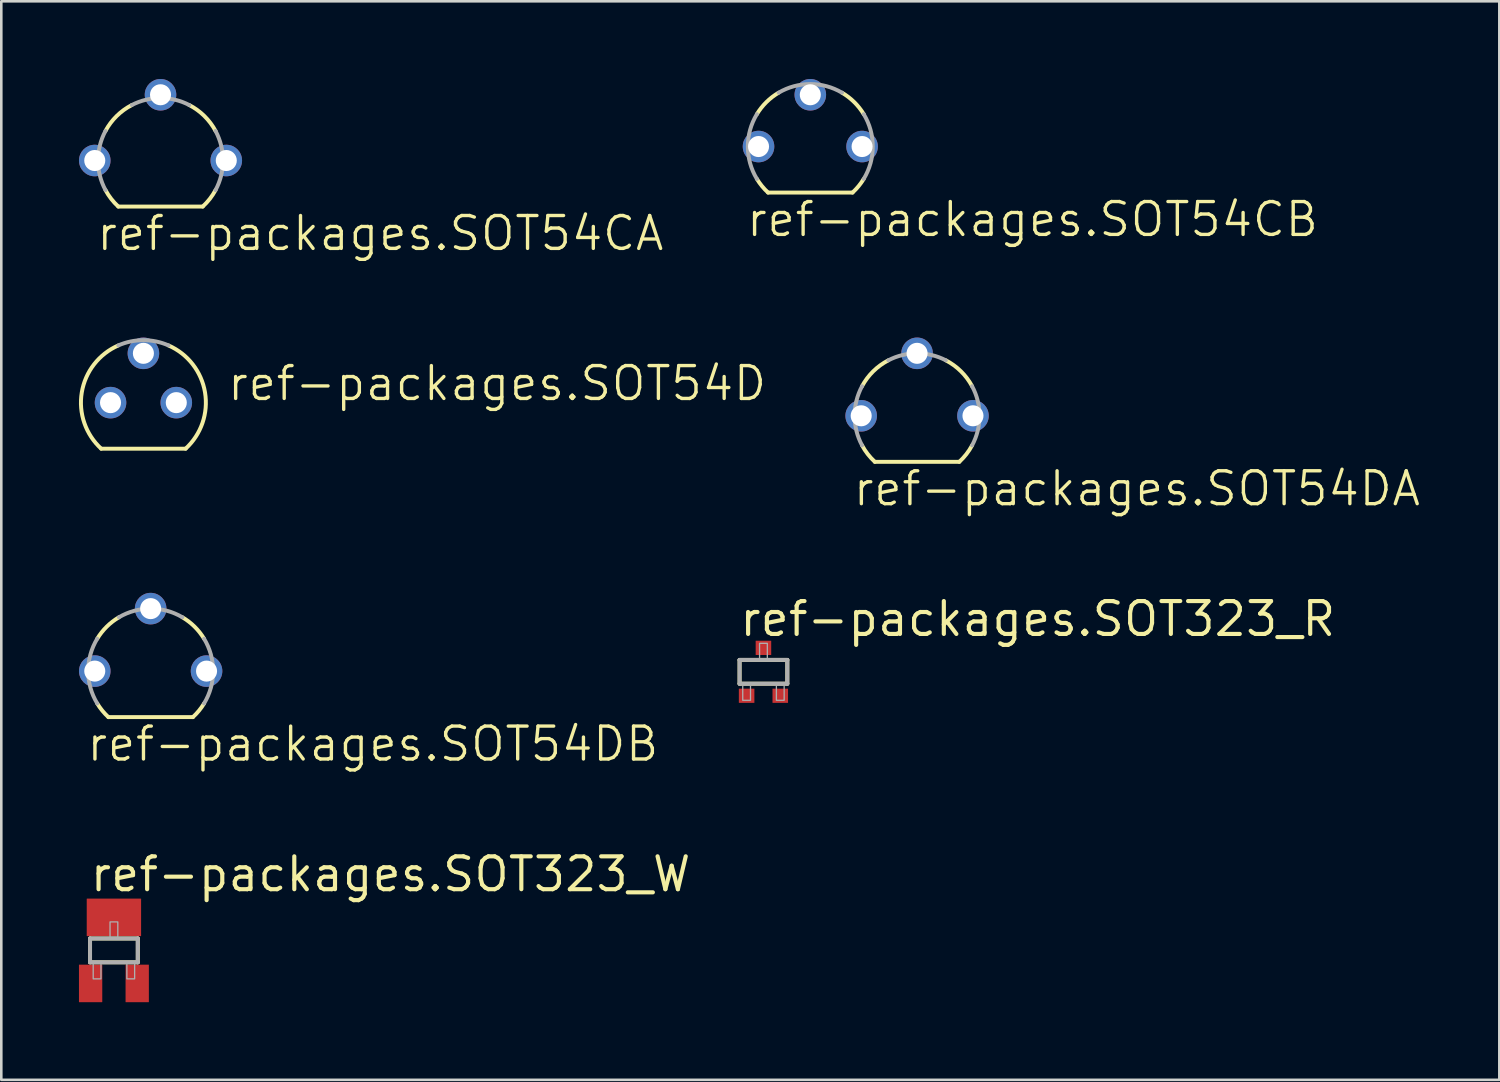
<source format=kicad_pcb>
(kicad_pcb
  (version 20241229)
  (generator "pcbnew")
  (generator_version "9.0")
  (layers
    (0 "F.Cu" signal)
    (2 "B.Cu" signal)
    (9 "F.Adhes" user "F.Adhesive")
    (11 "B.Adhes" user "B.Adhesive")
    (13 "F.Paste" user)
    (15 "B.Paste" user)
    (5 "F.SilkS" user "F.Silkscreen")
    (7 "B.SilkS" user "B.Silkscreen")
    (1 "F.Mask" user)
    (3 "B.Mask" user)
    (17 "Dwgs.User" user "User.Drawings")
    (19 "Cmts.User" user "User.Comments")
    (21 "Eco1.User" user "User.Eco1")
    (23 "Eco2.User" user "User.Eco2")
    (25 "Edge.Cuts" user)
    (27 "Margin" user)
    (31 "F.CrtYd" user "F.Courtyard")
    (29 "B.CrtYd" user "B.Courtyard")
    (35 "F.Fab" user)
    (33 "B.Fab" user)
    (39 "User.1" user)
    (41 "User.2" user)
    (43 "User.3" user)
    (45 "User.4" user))
  (footprint "ref-packages.SOT54D"
    (layer "F.Cu")
    (at 2.489 12.502)
    (property "Reference" "ref-packages.SOT54D" (at 3.175 0 0) (layer "F.SilkS") (effects (font (size 1.27 1.27) (thickness 0.13)) (justify left bottom)))
    (attr through_hole)
    (fp_line (start -1.631 1.778) (end 1.631 1.778) (stroke (width 0.152) (type default)) (layer "F.SilkS"))
    (fp_arc (start -1.631 1.778) (mid -2.380096 -0.395238) (end -0.9689 -2.2098) (stroke (width 0.1524) (type default)) (layer "F.SilkS"))
    (fp_arc (start 0.9689 -2.2098) (mid 2.380096 -0.395238) (end 1.631 1.778) (stroke (width 0.1524) (type default)) (layer "F.SilkS"))
    (fp_arc (start -0.9692 -2.2098) (mid 0 -2.412999) (end 0.9692 -2.2098) (stroke (width 0.1524) (type default)) (layer "F.Fab"))
    (pad "B" thru_hole circle (at 1.27 0) (size 1.219 1.219) (drill 0.813) (layers "*.Cu" "*.Mask"))
    (pad "C" thru_hole circle (at 0 -1.905) (size 1.219 1.219) (drill 0.813) (layers "*.Cu" "*.Mask"))
    (pad "E" thru_hole circle (at -1.27 0) (size 1.219 1.219) (drill 0.813) (layers "*.Cu" "*.Mask")))
  (footprint "ref-packages.SOT54CA"
    (layer "F.Cu")
    (at 3.15 3.15)
    (property "Reference" "ref-packages.SOT54CA" (at -2.54 3.556 0) (layer "F.SilkS") (effects (font (size 1.27 1.27) (thickness 0.13)) (justify left bottom)))
    (attr through_hole)
    (fp_line (start -1.631 1.778) (end 1.631 1.778) (stroke (width 0.152) (type default)) (layer "F.SilkS"))
    (fp_arc (start -2.1254 -1.1425) (mid -1.693417 -1.719006) (end -1.1105 -2.1423) (stroke (width 0.1524) (type default)) (layer "F.SilkS"))
    (fp_arc (start -1.631 1.778) (mid -1.904736 1.480999) (end -2.1251 1.1425) (stroke (width 0.1524) (type default)) (layer "F.SilkS"))
    (fp_arc (start 1.1105 -2.1423) (mid 1.693417 -1.719006) (end 2.1254 -1.1425) (stroke (width 0.1524) (type default)) (layer "F.SilkS"))
    (fp_arc (start 2.1251 1.1425) (mid 1.904736 1.480999) (end 1.631 1.778) (stroke (width 0.1524) (type default)) (layer "F.SilkS"))
    (fp_arc (start -2.1254 1.1425) (mid -2.413013 0) (end -2.1254 -1.1425) (stroke (width 0.1524) (type default)) (layer "F.Fab"))
    (fp_arc (start -1.1105 -2.1423) (mid 0 -2.413019) (end 1.1105 -2.1423) (stroke (width 0.1524) (type default)) (layer "F.Fab"))
    (fp_arc (start 2.1254 -1.1425) (mid 2.413013 0) (end 2.1254 1.1425) (stroke (width 0.1524) (type default)) (layer "F.Fab"))
    (pad "D" thru_hole circle (at 2.54 0) (size 1.219 1.219) (drill 0.813) (layers "*.Cu" "*.Mask"))
    (pad "G" thru_hole circle (at -2.54 0) (size 1.219 1.219) (drill 0.813) (layers "*.Cu" "*.Mask"))
    (pad "S" thru_hole circle (at 0 -2.54) (size 1.219 1.219) (drill 0.813) (layers "*.Cu" "*.Mask")))
  (footprint "ref-packages.SOT323_W"
    (layer "F.Cu")
    (at 1.35 33.659)
    (property "Reference" "ref-packages.SOT323_W" (at -1 -2.2 0) (layer "F.SilkS") (effects (font (size 1.27 1.27) (thickness 0.16)) (justify left bottom)))
    (attr smd)
    (fp_line (start -0.922 -0.46) (end 0.922 -0.46) (stroke (width 0.152) (type default)) (layer "F.SilkS"))
    (fp_line (start -0.922 0.46) (end -0.922 -0.46) (stroke (width 0.152) (type default)) (layer "F.SilkS"))
    (fp_line (start 0.922 -0.46) (end 0.922 0.46) (stroke (width 0.152) (type default)) (layer "F.SilkS"))
    (fp_line (start 0.922 0.46) (end -0.922 0.46) (stroke (width 0.152) (type default)) (layer "F.SilkS"))
    (fp_line (start -0.922 -0.46) (end 0.922 -0.46) (stroke (width 0.152) (type default)) (layer "F.Fab"))
    (fp_line (start -0.922 0.46) (end -0.922 -0.46) (stroke (width 0.152) (type default)) (layer "F.Fab"))
    (fp_line (start 0.922 -0.46) (end 0.922 0.46) (stroke (width 0.152) (type default)) (layer "F.Fab"))
    (fp_line (start 0.922 0.46) (end -0.922 0.46) (stroke (width 0.152) (type default)) (layer "F.Fab"))
    (fp_rect (start -0.8 1.1) (end -0.5 0.5) (stroke (width 0.05) (type default)) (fill no) (layer "F.Fab"))
    (fp_rect (start -0.15 -0.5) (end 0.15 -1.1) (stroke (width 0.05) (type default)) (fill no) (layer "F.Fab"))
    (fp_rect (start 0.5 1.1) (end 0.8 0.5) (stroke (width 0.05) (type default)) (fill no) (layer "F.Fab"))
    (pad "1" smd roundrect (at -0.9 1.275) (size 0.9 1.45) (layers "F.Cu" "F.Mask" "F.Paste") (roundrect_rratio 0.01))
    (pad "2" smd roundrect (at 0.9 1.275) (size 0.9 1.45) (layers "F.Cu" "F.Mask" "F.Paste") (roundrect_rratio 0.01))
    (pad "3" smd roundrect (at 0 -1.275) (size 2.1 1.45) (layers "F.Cu" "F.Mask" "F.Paste") (roundrect_rratio 0.01)))
  (footprint "ref-packages.SOT54DB"
    (layer "F.Cu")
    (at 2.769 22.871)
    (property "Reference" "ref-packages.SOT54DB" (at -2.54 3.556 0) (layer "F.SilkS") (effects (font (size 1.27 1.27) (thickness 0.13)) (justify left bottom)))
    (attr through_hole)
    (fp_line (start -1.631 1.778) (end 1.631 1.778) (stroke (width 0.152) (type default)) (layer "F.SilkS"))
    (fp_arc (start -2.0638 -1.2504) (mid -1.695865 -1.716597) (end -1.2252 -2.0788) (stroke (width 0.1524) (type default)) (layer "F.SilkS"))
    (fp_arc (start -1.6313 1.7781) (mid -1.866295 1.529613) (end -2.0638 1.2504) (stroke (width 0.1524) (type default)) (layer "F.SilkS"))
    (fp_arc (start 1.2252 -2.0788) (mid 1.695865 -1.716597) (end 2.0638 -1.2504) (stroke (width 0.1524) (type default)) (layer "F.SilkS"))
    (fp_arc (start 2.0634 1.2504) (mid 1.865939 1.529557) (end 1.631 1.778) (stroke (width 0.1524) (type default)) (layer "F.SilkS"))
    (fp_arc (start -2.0638 1.2504) (mid -2.413042 0) (end -2.0638 -1.2504) (stroke (width 0.1524) (type default)) (layer "F.Fab"))
    (fp_arc (start -1.2252 -2.0788) (mid 0 -2.412991) (end 1.2252 -2.0788) (stroke (width 0.1524) (type default)) (layer "F.Fab"))
    (fp_arc (start 2.0638 -1.2504) (mid 2.413042 0) (end 2.0638 1.2504) (stroke (width 0.1524) (type default)) (layer "F.Fab"))
    (pad "B" thru_hole circle (at 2.159 0) (size 1.219 1.219) (drill 0.813) (layers "*.Cu" "*.Mask"))
    (pad "C" thru_hole circle (at 0 -2.413) (size 1.219 1.219) (drill 0.813) (layers "*.Cu" "*.Mask"))
    (pad "E" thru_hole circle (at -2.159 0) (size 1.219 1.219) (drill 0.813) (layers "*.Cu" "*.Mask")))
  (footprint "ref-packages.SOT54DA"
    (layer "F.Cu")
    (at 32.372 13.01)
    (property "Reference" "ref-packages.SOT54DA" (at -2.54 3.556 0) (layer "F.SilkS") (effects (font (size 1.27 1.27) (thickness 0.13)) (justify left bottom)))
    (attr through_hole)
    (fp_line (start -1.631 1.778) (end 1.631 1.778) (stroke (width 0.152) (type default)) (layer "F.SilkS"))
    (fp_arc (start -2.1254 -1.1425) (mid -1.693417 -1.719006) (end -1.1105 -2.1423) (stroke (width 0.1524) (type default)) (layer "F.SilkS"))
    (fp_arc (start -1.631 1.778) (mid -1.904736 1.480999) (end -2.1251 1.1425) (stroke (width 0.1524) (type default)) (layer "F.SilkS"))
    (fp_arc (start 1.1105 -2.1423) (mid 1.693417 -1.719006) (end 2.1254 -1.1425) (stroke (width 0.1524) (type default)) (layer "F.SilkS"))
    (fp_arc (start 2.1251 1.1425) (mid 1.904736 1.480999) (end 1.631 1.778) (stroke (width 0.1524) (type default)) (layer "F.SilkS"))
    (fp_arc (start -2.1254 1.1425) (mid -2.413013 0) (end -2.1254 -1.1425) (stroke (width 0.1524) (type default)) (layer "F.Fab"))
    (fp_arc (start -1.1105 -2.1423) (mid 0 -2.413019) (end 1.1105 -2.1423) (stroke (width 0.1524) (type default)) (layer "F.Fab"))
    (fp_arc (start 2.1254 -1.1425) (mid 2.413013 0) (end 2.1254 1.1425) (stroke (width 0.1524) (type default)) (layer "F.Fab"))
    (pad "B" thru_hole circle (at 2.159 0) (size 1.219 1.219) (drill 0.813) (layers "*.Cu" "*.Mask"))
    (pad "C" thru_hole circle (at 0 -2.413) (size 1.219 1.219) (drill 0.813) (layers "*.Cu" "*.Mask"))
    (pad "E" thru_hole circle (at -2.159 0) (size 1.219 1.219) (drill 0.813) (layers "*.Cu" "*.Mask")))
  (footprint "ref-packages.SOT54CB"
    (layer "F.Cu")
    (at 28.248 2.61)
    (property "Reference" "ref-packages.SOT54CB" (at -2.54 3.556 0) (layer "F.SilkS") (effects (font (size 1.27 1.27) (thickness 0.13)) (justify left bottom)))
    (attr through_hole)
    (fp_line (start -1.631 1.778) (end 1.631 1.778) (stroke (width 0.152) (type default)) (layer "F.SilkS"))
    (fp_arc (start -2.0638 -1.2504) (mid -1.695865 -1.716597) (end -1.2252 -2.0788) (stroke (width 0.1524) (type default)) (layer "F.SilkS"))
    (fp_arc (start -1.6313 1.7781) (mid -1.866295 1.529613) (end -2.0638 1.2504) (stroke (width 0.1524) (type default)) (layer "F.SilkS"))
    (fp_arc (start 1.2252 -2.0788) (mid 1.695865 -1.716597) (end 2.0638 -1.2504) (stroke (width 0.1524) (type default)) (layer "F.SilkS"))
    (fp_arc (start 2.0634 1.2504) (mid 1.865939 1.529557) (end 1.631 1.778) (stroke (width 0.1524) (type default)) (layer "F.SilkS"))
    (fp_arc (start -2.0638 1.2504) (mid -2.413042 0) (end -2.0638 -1.2504) (stroke (width 0.1524) (type default)) (layer "F.Fab"))
    (fp_arc (start -1.2252 -2.0788) (mid 0 -2.412991) (end 1.2252 -2.0788) (stroke (width 0.1524) (type default)) (layer "F.Fab"))
    (fp_arc (start 2.0638 -1.2504) (mid 2.413042 0) (end 2.0638 1.2504) (stroke (width 0.1524) (type default)) (layer "F.Fab"))
    (pad "D" thru_hole circle (at 2 0) (size 1.219 1.219) (drill 0.813) (layers "*.Cu" "*.Mask"))
    (pad "G" thru_hole circle (at -2 0) (size 1.219 1.219) (drill 0.813) (layers "*.Cu" "*.Mask"))
    (pad "S" thru_hole circle (at 0 -2) (size 1.219 1.219) (drill 0.813) (layers "*.Cu" "*.Mask")))
  (footprint "ref-packages.SOT323_R"
    (layer "F.Cu")
    (at 26.438 22.899)
    (property "Reference" "ref-packages.SOT323_R" (at -1 -1.3 0) (layer "F.SilkS") (effects (font (size 1.27 1.27) (thickness 0.16)) (justify left bottom)))
    (attr smd)
    (fp_line (start -0.922 -0.46) (end 0.922 -0.46) (stroke (width 0.152) (type default)) (layer "F.SilkS"))
    (fp_line (start -0.922 0.46) (end -0.922 -0.46) (stroke (width 0.152) (type default)) (layer "F.SilkS"))
    (fp_line (start 0.922 -0.46) (end 0.922 0.46) (stroke (width 0.152) (type default)) (layer "F.SilkS"))
    (fp_line (start 0.922 0.46) (end -0.922 0.46) (stroke (width 0.152) (type default)) (layer "F.SilkS"))
    (fp_line (start -0.922 -0.46) (end 0.922 -0.46) (stroke (width 0.152) (type default)) (layer "F.Fab"))
    (fp_line (start -0.922 0.46) (end -0.922 -0.46) (stroke (width 0.152) (type default)) (layer "F.Fab"))
    (fp_line (start 0.922 -0.46) (end 0.922 0.46) (stroke (width 0.152) (type default)) (layer "F.Fab"))
    (fp_line (start 0.922 0.46) (end -0.922 0.46) (stroke (width 0.152) (type default)) (layer "F.Fab"))
    (fp_rect (start -0.8 1.1) (end -0.5 0.5) (stroke (width 0.05) (type default)) (fill no) (layer "F.Fab"))
    (fp_rect (start -0.15 -0.5) (end 0.15 -1.1) (stroke (width 0.05) (type default)) (fill no) (layer "F.Fab"))
    (fp_rect (start 0.5 1.1) (end 0.8 0.5) (stroke (width 0.05) (type default)) (fill no) (layer "F.Fab"))
    (pad "1" smd roundrect (at -0.65 0.925) (size 0.6 0.55) (layers "F.Cu" "F.Mask" "F.Paste") (roundrect_rratio 0.01))
    (pad "2" smd roundrect (at 0.65 0.925) (size 0.6 0.55) (layers "F.Cu" "F.Mask" "F.Paste") (roundrect_rratio 0.01))
    (pad "3" smd roundrect (at 0 -0.925) (size 0.6 0.55) (layers "F.Cu" "F.Mask" "F.Paste") (roundrect_rratio 0.01)))
  (gr_rect
    (start -3 -3)
    (end 54.861 38.659)
    (stroke (width 0.1) (type default))
    (fill no)
    (layer "Edge.Cuts")))
</source>
